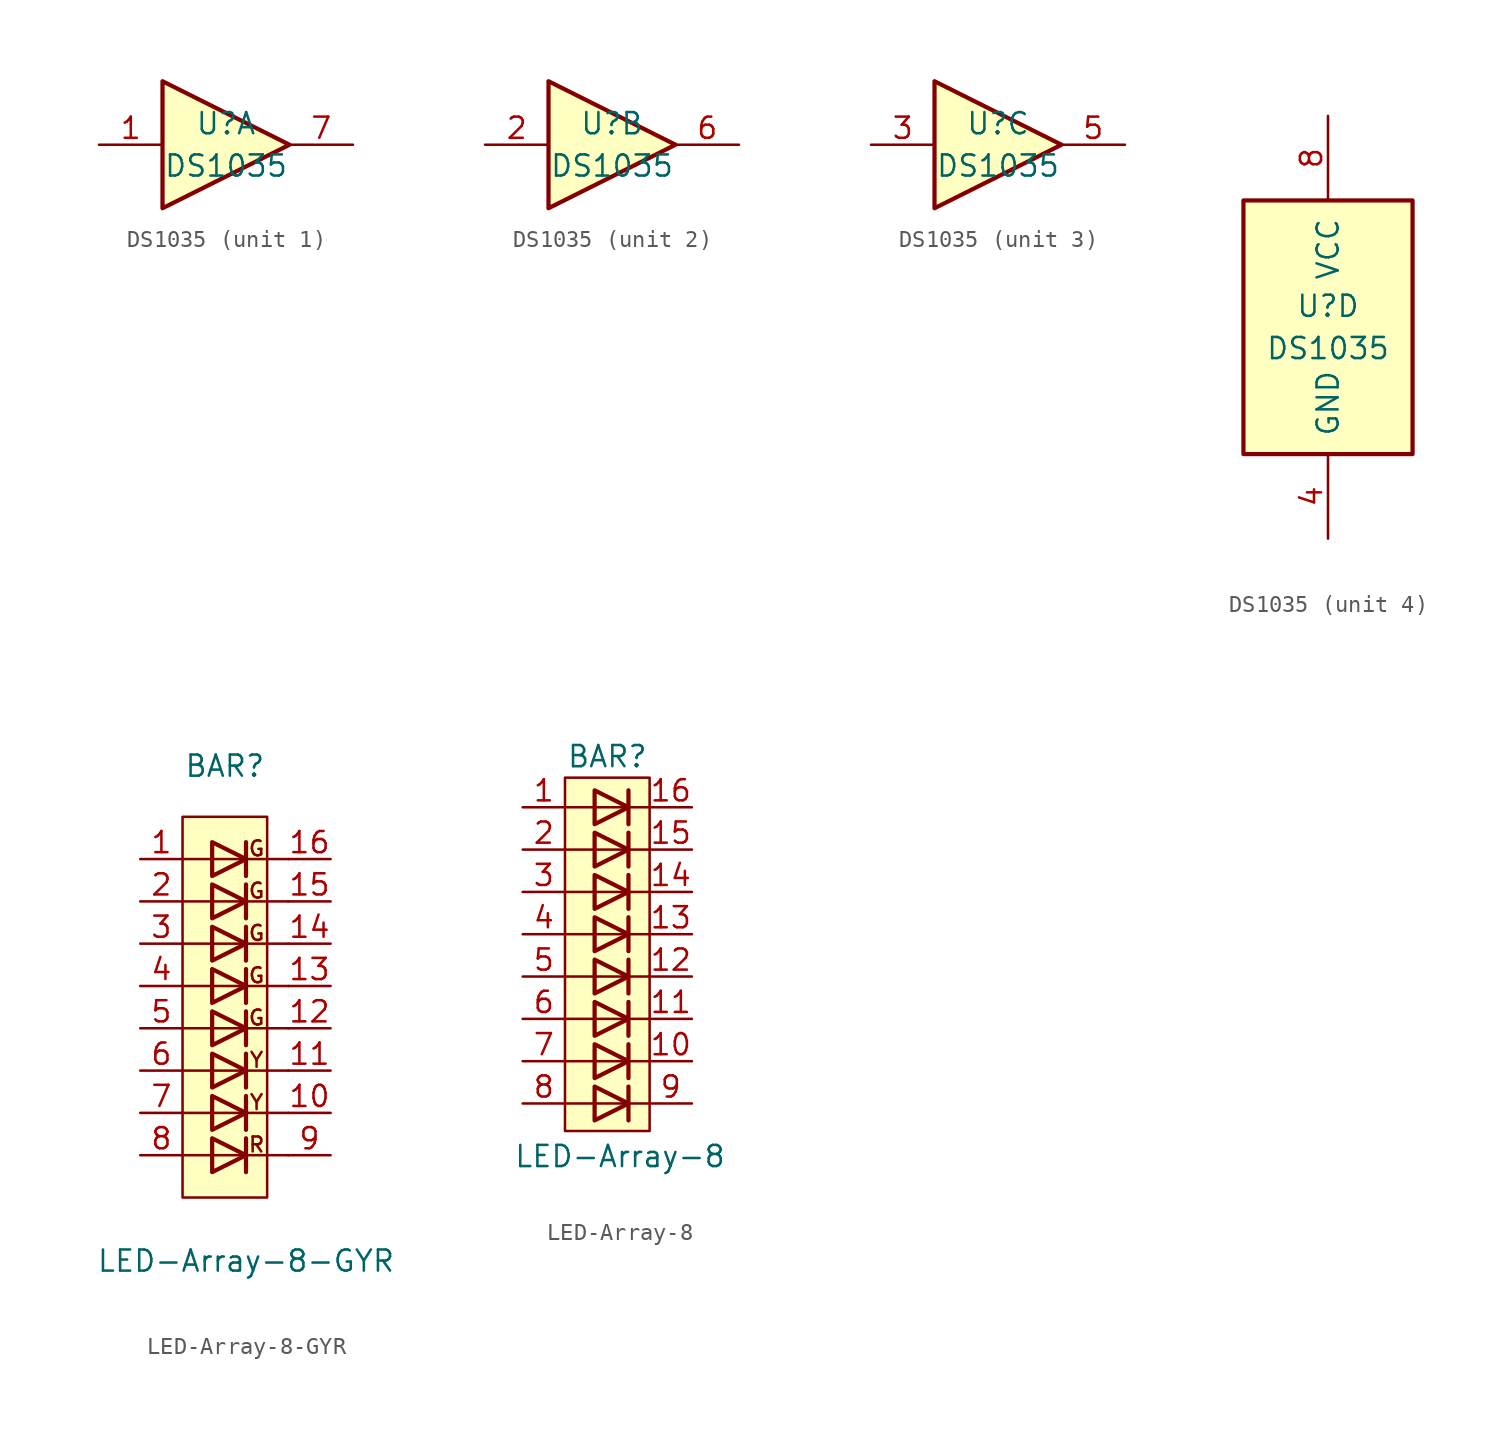
<source format=kicad_sym>
(kicad_symbol_lib
  (version 20241209)
  (generator "kicad_symbol_editor")
  (generator_version "9.0")
  (symbol "DS1035"
    (pin_names
      (offset 1.016))
    (property "Reference" "U"
      (at 0 1.27 0)
      (effects (font (size 1.27 1.27))))
    (property "Value" "DS1035"
      (at 0 -1.27 0)
      (effects (font (size 1.27 1.27))))
    (property "ki_locked" ""
      (at 0 0 0)
      (effects (font (size 1.27 1.27))))
    (symbol "DS1035_1_0"
      (polyline (pts (xy -3.81 3.81) (xy -3.81 -3.81) (xy 3.81 0) (xy -3.81 3.81)) (stroke (width 0.254) (type default)) (fill (type background)))
      (pin input line (at -7.62 0 0) (length 3.81) (name "~" (effects (font (size 1.27 1.27)))) (number "1" (effects (font (size 1.27 1.27)))))
      (pin output line (at 7.62 0 180) (length 3.81) (name "~" (effects (font (size 1.27 1.27)))) (number "7" (effects (font (size 1.27 1.27))))))
    (symbol "DS1035_2_0"
      (polyline (pts (xy -3.81 3.81) (xy -3.81 -3.81) (xy 3.81 0) (xy -3.81 3.81)) (stroke (width 0.254) (type default)) (fill (type background)))
      (pin input line (at -7.62 0 0) (length 3.81) (name "~" (effects (font (size 1.27 1.27)))) (number "2" (effects (font (size 1.27 1.27)))))
      (pin output line (at 7.62 0 180) (length 3.81) (name "~" (effects (font (size 1.27 1.27)))) (number "6" (effects (font (size 1.27 1.27))))))
    (symbol "DS1035_3_0"
      (polyline (pts (xy -3.81 3.81) (xy -3.81 -3.81) (xy 3.81 0) (xy -3.81 3.81)) (stroke (width 0.254) (type default)) (fill (type background)))
      (pin input line (at -7.62 0 0) (length 3.81) (name "~" (effects (font (size 1.27 1.27)))) (number "3" (effects (font (size 1.27 1.27)))))
      (pin output line (at 7.62 0 180) (length 3.81) (name "~" (effects (font (size 1.27 1.27)))) (number "5" (effects (font (size 1.27 1.27))))))
    (symbol "DS1035_4_1"
      (rectangle (start -5.08 7.62) (end 5.08 -7.62) (stroke (width 0.254) (type default)) (fill (type background)))
      (pin power_in line (at 0 12.7 270) (length 5.08) (name "VCC" (effects (font (size 1.27 1.27)))) (number "8" (effects (font (size 1.27 1.27)))))
      (pin power_in line (at 0 -12.7 90) (length 5.08) (name "GND" (effects (font (size 1.27 1.27)))) (number "4" (effects (font (size 1.27 1.27)))))))
  (symbol "LED-Array-8-GYR"
    (pin_names
      (offset 1.016)
      (hide yes))
    (property "Reference" "BAR"
      (at 0 11.938 0)
      (effects (font (size 1.27 1.27))))
    (property "Value" "LED-Array-8-GYR"
      (at 1.27 -17.78 0)
      (effects (font (size 1.27 1.27))))
    (symbol "LED-Array-8-GYR_0_0"
      (rectangle (start -2.54 8.89) (end 2.54 -13.97) (stroke (width 0) (type default)) (fill (type background)))
      (text "G" (at 1.905 6.985 0) (effects (font (size 0.9 0.9))))
      (text "G" (at 1.905 4.445 0) (effects (font (size 0.9 0.9))))
      (text "G" (at 1.905 1.905 0) (effects (font (size 0.9 0.9))))
      (text "G" (at 1.905 -0.635 0) (effects (font (size 0.9 0.9))))
      (text "G" (at 1.905 -3.175 0) (effects (font (size 0.9 0.9))))
      (text "Y" (at 1.905 -5.715 0) (effects (font (size 0.9 0.9))))
      (text "Y" (at 1.905 -8.255 0) (effects (font (size 0.9 0.9))))
      (text "R" (at 1.905 -10.795 0) (effects (font (size 0.9 0.9)))))
    (symbol "LED-Array-8-GYR_0_1"
      (polyline (pts (xy -2.54 6.35) (xy 3.81 6.35)) (stroke (width 0) (type default)) (fill (type none)))
      (polyline (pts (xy -2.54 3.81) (xy 3.81 3.81)) (stroke (width 0) (type default)) (fill (type none)))
      (polyline (pts (xy -2.54 -1.27) (xy 3.81 -1.27)) (stroke (width 0) (type default)) (fill (type none)))
      (polyline (pts (xy -2.54 -6.35) (xy 3.81 -6.35)) (stroke (width 0) (type default)) (fill (type none)))
      (polyline (pts (xy -2.54 -8.89) (xy 3.81 -8.89)) (stroke (width 0) (type default)) (fill (type none)))
      (polyline (pts (xy -2.54 -11.43) (xy 3.81 -11.43)) (stroke (width 0) (type default)) (fill (type none)))
      (polyline (pts (xy -0.762 7.366) (xy -0.762 5.334) (xy 1.27 6.35) (xy -0.762 7.366)) (stroke (width 0.254) (type default)) (fill (type none)))
      (polyline (pts (xy -0.762 4.826) (xy -0.762 2.794) (xy 1.27 3.81) (xy -0.762 4.826)) (stroke (width 0.254) (type default)) (fill (type none)))
      (polyline (pts (xy -0.762 2.286) (xy -0.762 0.254) (xy 1.27 1.27) (xy -0.762 2.286)) (stroke (width 0.254) (type default)) (fill (type none)))
      (polyline (pts (xy -0.762 -0.254) (xy -0.762 -2.286) (xy 1.27 -1.27) (xy -0.762 -0.254)) (stroke (width 0.254) (type default)) (fill (type none)))
      (polyline (pts (xy -0.762 -2.794) (xy -0.762 -4.826) (xy 1.27 -3.81) (xy -0.762 -2.794)) (stroke (width 0.254) (type default)) (fill (type none)))
      (polyline (pts (xy -0.762 -5.334) (xy -0.762 -7.366) (xy 1.27 -6.35) (xy -0.762 -5.334)) (stroke (width 0.254) (type default)) (fill (type none)))
      (polyline (pts (xy -0.762 -7.874) (xy -0.762 -9.906) (xy 1.27 -8.89) (xy -0.762 -7.874)) (stroke (width 0.254) (type default)) (fill (type none)))
      (polyline (pts (xy -0.762 -10.414) (xy -0.762 -12.446) (xy 1.27 -11.43) (xy -0.762 -10.414)) (stroke (width 0.254) (type default)) (fill (type none)))
      (polyline (pts (xy 1.27 7.366) (xy 1.27 5.334)) (stroke (width 0.254) (type default)) (fill (type none)))
      (polyline (pts (xy 1.27 4.826) (xy 1.27 2.794)) (stroke (width 0.254) (type default)) (fill (type none)))
      (polyline (pts (xy 1.27 2.286) (xy 1.27 0.254)) (stroke (width 0.254) (type default)) (fill (type none)))
      (polyline (pts (xy 1.27 -0.254) (xy 1.27 -2.286)) (stroke (width 0.254) (type default)) (fill (type none)))
      (polyline (pts (xy 1.27 -2.794) (xy 1.27 -4.826)) (stroke (width 0.254) (type default)) (fill (type none)))
      (polyline (pts (xy 1.27 -5.334) (xy 1.27 -7.366)) (stroke (width 0.254) (type default)) (fill (type none)))
      (polyline (pts (xy 1.27 -7.874) (xy 1.27 -9.906)) (stroke (width 0.254) (type default)) (fill (type none)))
      (polyline (pts (xy 1.27 -10.414) (xy 1.27 -12.446)) (stroke (width 0.254) (type default)) (fill (type none)))
      (polyline (pts (xy 3.81 1.27) (xy -2.54 1.27)) (stroke (width 0) (type default)) (fill (type none)))
      (polyline (pts (xy 3.81 -3.81) (xy -2.54 -3.81)) (stroke (width 0) (type default)) (fill (type none))))
    (symbol "LED-Array-8-GYR_1_1"
      (pin passive line (at -5.08 6.35 0) (length 2.54) (name "A" (effects (font (size 1.27 1.27)))) (number "1" (effects (font (size 1.27 1.27)))))
      (pin passive line (at -5.08 3.81 0) (length 2.54) (name "A" (effects (font (size 1.27 1.27)))) (number "2" (effects (font (size 1.27 1.27)))))
      (pin passive line (at -5.08 1.27 0) (length 2.54) (name "A" (effects (font (size 1.27 1.27)))) (number "3" (effects (font (size 1.27 1.27)))))
      (pin passive line (at -5.08 -1.27 0) (length 2.54) (name "A" (effects (font (size 1.27 1.27)))) (number "4" (effects (font (size 1.27 1.27)))))
      (pin passive line (at -5.08 -3.81 0) (length 2.54) (name "A" (effects (font (size 1.27 1.27)))) (number "5" (effects (font (size 1.27 1.27)))))
      (pin passive line (at -5.08 -6.35 0) (length 2.54) (name "A" (effects (font (size 1.27 1.27)))) (number "6" (effects (font (size 1.27 1.27)))))
      (pin passive line (at -5.08 -8.89 0) (length 2.54) (name "A" (effects (font (size 1.27 1.27)))) (number "7" (effects (font (size 1.27 1.27)))))
      (pin passive line (at -5.08 -11.43 0) (length 2.54) (name "A" (effects (font (size 1.27 1.27)))) (number "8" (effects (font (size 1.27 1.27)))))
      (pin passive line (at 6.35 6.35 180) (length 2.54) (name "K" (effects (font (size 1.27 1.27)))) (number "16" (effects (font (size 1.27 1.27)))))
      (pin passive line (at 6.35 3.81 180) (length 2.54) (name "K" (effects (font (size 1.27 1.27)))) (number "15" (effects (font (size 1.27 1.27)))))
      (pin passive line (at 6.35 1.27 180) (length 2.54) (name "K" (effects (font (size 1.27 1.27)))) (number "14" (effects (font (size 1.27 1.27)))))
      (pin passive line (at 6.35 -1.27 180) (length 2.54) (name "K" (effects (font (size 1.27 1.27)))) (number "13" (effects (font (size 1.27 1.27)))))
      (pin passive line (at 6.35 -3.81 180) (length 2.54) (name "K" (effects (font (size 1.27 1.27)))) (number "12" (effects (font (size 1.27 1.27)))))
      (pin passive line (at 6.35 -6.35 180) (length 2.54) (name "K" (effects (font (size 1.27 1.27)))) (number "11" (effects (font (size 1.27 1.27)))))
      (pin passive line (at 6.35 -8.89 180) (length 2.54) (name "K" (effects (font (size 1.27 1.27)))) (number "10" (effects (font (size 1.27 1.27)))))
      (pin passive line (at 6.35 -11.43 180) (length 2.54) (name "K" (effects (font (size 1.27 1.27)))) (number "9" (effects (font (size 1.27 1.27)))))))
  (symbol "LED-Array-8"
    (pin_names
      (offset 1.016)
      (hide yes))
    (property "Reference" "BAR"
      (at 0 11.938 0)
      (effects (font (size 1.27 1.27))))
    (property "Value" "LED-Array-8"
      (at 0.762 -12.065 0)
      (effects (font (size 1.27 1.27))))
    (symbol "LED-Array-8_0_1"
      (polyline (pts (xy -2.54 8.89) (xy 2.54 8.89)) (stroke (width 0) (type default)) (fill (type none)))
      (polyline (pts (xy -2.54 6.35) (xy 2.54 6.35)) (stroke (width 0) (type default)) (fill (type none)))
      (polyline (pts (xy -2.54 3.81) (xy 2.54 3.81)) (stroke (width 0) (type default)) (fill (type none)))
      (polyline (pts (xy -2.54 -1.27) (xy 2.54 -1.27)) (stroke (width 0) (type default)) (fill (type none)))
      (polyline (pts (xy -2.54 -6.35) (xy 2.54 -6.35)) (stroke (width 0) (type default)) (fill (type none)))
      (polyline (pts (xy -2.54 -8.89) (xy 2.54 -8.89)) (stroke (width 0) (type default)) (fill (type none)))
      (polyline (pts (xy -0.762 9.906) (xy -0.762 7.874) (xy 1.27 8.89) (xy -0.762 9.906)) (stroke (width 0.254) (type default)) (fill (type none)))
      (polyline (pts (xy -0.762 7.366) (xy -0.762 5.334) (xy 1.27 6.35) (xy -0.762 7.366)) (stroke (width 0.254) (type default)) (fill (type none)))
      (polyline (pts (xy -0.762 4.826) (xy -0.762 2.794) (xy 1.27 3.81) (xy -0.762 4.826)) (stroke (width 0.254) (type default)) (fill (type none)))
      (polyline (pts (xy -0.762 2.286) (xy -0.762 0.254) (xy 1.27 1.27) (xy -0.762 2.286)) (stroke (width 0.254) (type default)) (fill (type none)))
      (polyline (pts (xy -0.762 -0.254) (xy -0.762 -2.286) (xy 1.27 -1.27) (xy -0.762 -0.254)) (stroke (width 0.254) (type default)) (fill (type none)))
      (polyline (pts (xy -0.762 -2.794) (xy -0.762 -4.826) (xy 1.27 -3.81) (xy -0.762 -2.794)) (stroke (width 0.254) (type default)) (fill (type none)))
      (polyline (pts (xy -0.762 -5.334) (xy -0.762 -7.366) (xy 1.27 -6.35) (xy -0.762 -5.334)) (stroke (width 0.254) (type default)) (fill (type none)))
      (polyline (pts (xy -0.762 -7.874) (xy -0.762 -9.906) (xy 1.27 -8.89) (xy -0.762 -7.874)) (stroke (width 0.254) (type default)) (fill (type none)))
      (polyline (pts (xy 1.27 9.906) (xy 1.27 7.874)) (stroke (width 0.254) (type default)) (fill (type none)))
      (polyline (pts (xy 1.27 7.366) (xy 1.27 5.334)) (stroke (width 0.254) (type default)) (fill (type none)))
      (polyline (pts (xy 1.27 4.826) (xy 1.27 2.794)) (stroke (width 0.254) (type default)) (fill (type none)))
      (polyline (pts (xy 1.27 2.286) (xy 1.27 0.254)) (stroke (width 0.254) (type default)) (fill (type none)))
      (polyline (pts (xy 1.27 -0.254) (xy 1.27 -2.286)) (stroke (width 0.254) (type default)) (fill (type none)))
      (polyline (pts (xy 1.27 -2.794) (xy 1.27 -4.826)) (stroke (width 0.254) (type default)) (fill (type none)))
      (polyline (pts (xy 1.27 -5.334) (xy 1.27 -7.366)) (stroke (width 0.254) (type default)) (fill (type none)))
      (polyline (pts (xy 1.27 -7.874) (xy 1.27 -9.906)) (stroke (width 0.254) (type default)) (fill (type none)))
      (rectangle (start 2.54 10.668) (end -2.54 -10.541) (stroke (width 0) (type default)) (fill (type background)))
      (polyline (pts (xy 2.54 1.27) (xy -2.54 1.27)) (stroke (width 0) (type default)) (fill (type none)))
      (polyline (pts (xy 2.54 -3.81) (xy -2.54 -3.81)) (stroke (width 0) (type default)) (fill (type none))))
    (symbol "LED-Array-8_1_1"
      (pin passive line (at -5.08 8.89 0) (length 2.54) (name "A" (effects (font (size 1.27 1.27)))) (number "1" (effects (font (size 1.27 1.27)))))
      (pin passive line (at -5.08 6.35 0) (length 2.54) (name "A" (effects (font (size 1.27 1.27)))) (number "2" (effects (font (size 1.27 1.27)))))
      (pin passive line (at -5.08 3.81 0) (length 2.54) (name "A" (effects (font (size 1.27 1.27)))) (number "3" (effects (font (size 1.27 1.27)))))
      (pin passive line (at -5.08 1.27 0) (length 2.54) (name "A" (effects (font (size 1.27 1.27)))) (number "4" (effects (font (size 1.27 1.27)))))
      (pin passive line (at -5.08 -1.27 0) (length 2.54) (name "A" (effects (font (size 1.27 1.27)))) (number "5" (effects (font (size 1.27 1.27)))))
      (pin passive line (at -5.08 -3.81 0) (length 2.54) (name "A" (effects (font (size 1.27 1.27)))) (number "6" (effects (font (size 1.27 1.27)))))
      (pin passive line (at -5.08 -6.35 0) (length 2.54) (name "A" (effects (font (size 1.27 1.27)))) (number "7" (effects (font (size 1.27 1.27)))))
      (pin passive line (at -5.08 -8.89 0) (length 2.54) (name "A" (effects (font (size 1.27 1.27)))) (number "8" (effects (font (size 1.27 1.27)))))
      (pin passive line (at 5.08 8.89 180) (length 2.54) (name "K" (effects (font (size 1.27 1.27)))) (number "16" (effects (font (size 1.27 1.27)))))
      (pin passive line (at 5.08 6.35 180) (length 2.54) (name "K" (effects (font (size 1.27 1.27)))) (number "15" (effects (font (size 1.27 1.27)))))
      (pin passive line (at 5.08 3.81 180) (length 2.54) (name "K" (effects (font (size 1.27 1.27)))) (number "14" (effects (font (size 1.27 1.27)))))
      (pin passive line (at 5.08 1.27 180) (length 2.54) (name "K" (effects (font (size 1.27 1.27)))) (number "13" (effects (font (size 1.27 1.27)))))
      (pin passive line (at 5.08 -1.27 180) (length 2.54) (name "K" (effects (font (size 1.27 1.27)))) (number "12" (effects (font (size 1.27 1.27)))))
      (pin passive line (at 5.08 -3.81 180) (length 2.54) (name "K" (effects (font (size 1.27 1.27)))) (number "11" (effects (font (size 1.27 1.27)))))
      (pin passive line (at 5.08 -6.35 180) (length 2.54) (name "K" (effects (font (size 1.27 1.27)))) (number "10" (effects (font (size 1.27 1.27)))))
      (pin passive line (at 5.08 -8.89 180) (length 2.54) (name "K" (effects (font (size 1.27 1.27)))) (number "9" (effects (font (size 1.27 1.27))))))))
</source>
